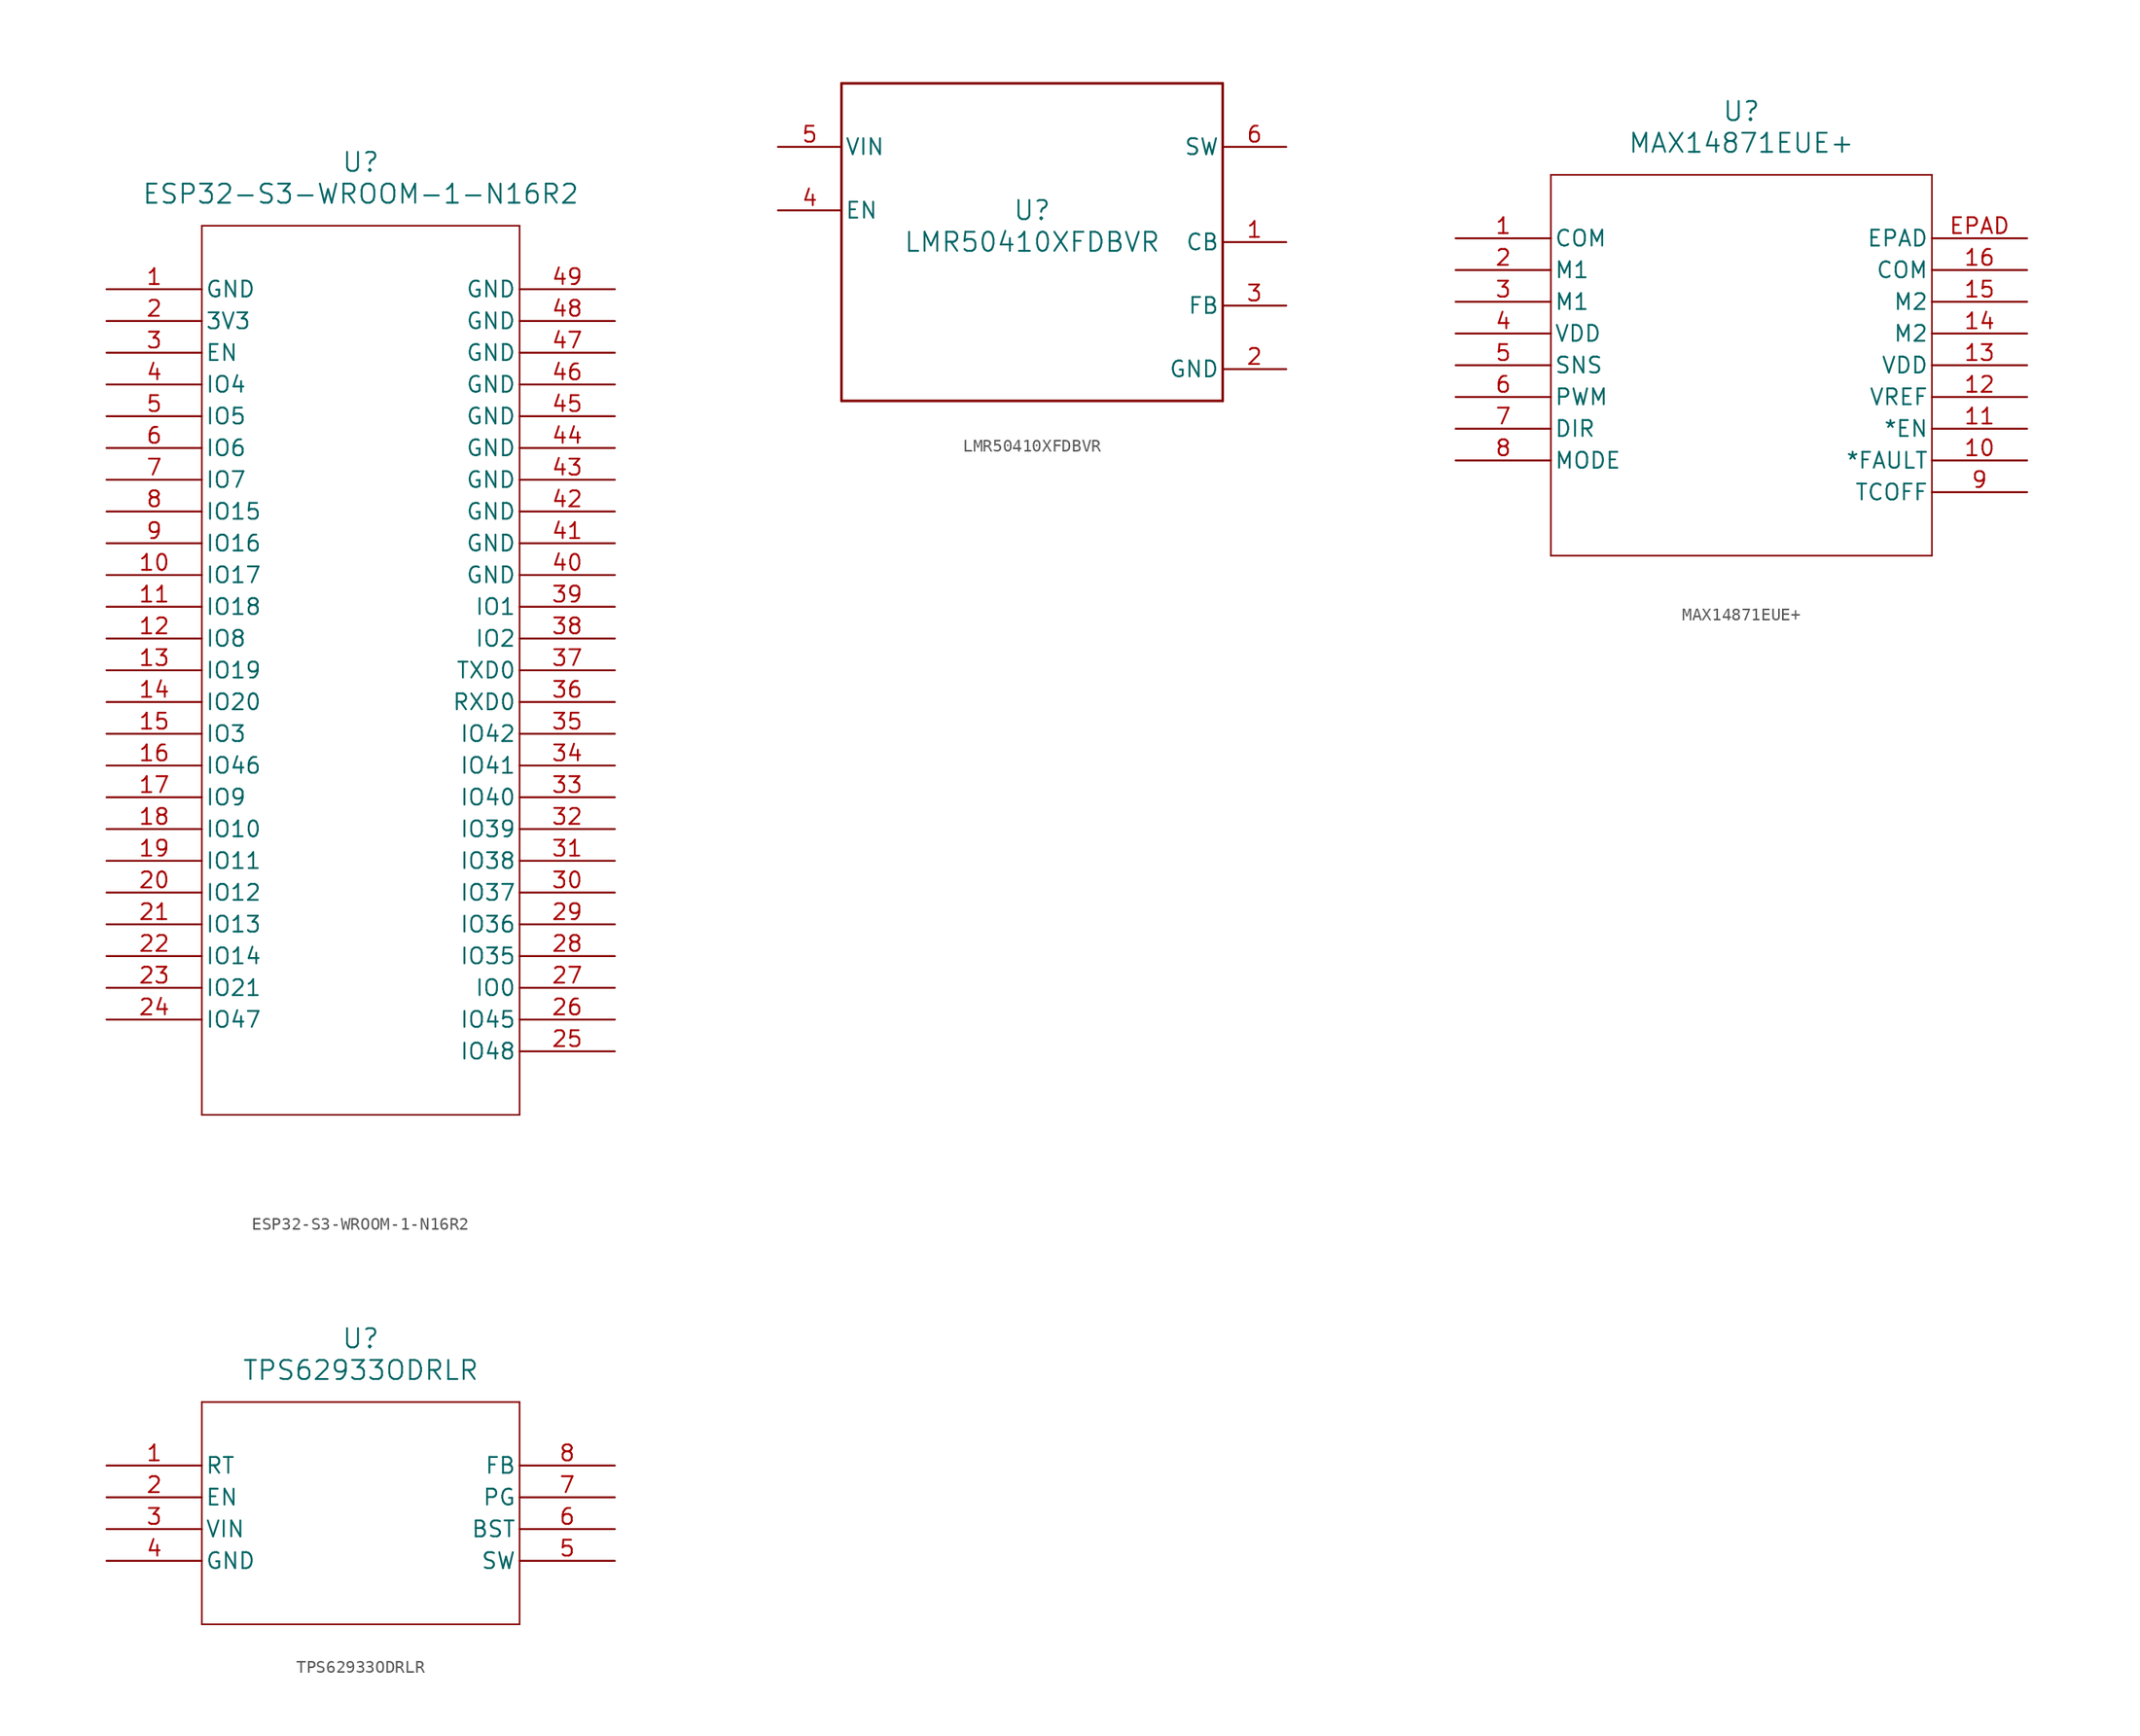
<source format=kicad_sym>
(kicad_symbol_lib
  (version 20211014)
  (generator kicad_symbol_editor)
  (symbol "ESP32-S3-WROOM-1-N16R2"
    (pin_names
      (offset 0.254))
    (property "Reference" "U"
      (at 20.32 10.16 0)
      (effects (font (size 1.524 1.524))))
    (property "Value" "ESP32-S3-WROOM-1-N16R2"
      (at 20.32 7.62 0)
      (effects (font (size 1.524 1.524))))
    (property "ki_locked" ""
      (at 0 0 0)
      (effects (font (size 1.27 1.27))))
    (symbol "ESP32-S3-WROOM-1-N16R2_0_1"
      (polyline (pts (xy 7.62 -66.04) (xy 33.02 -66.04)) (stroke (width 0.127) (type default) (color 0 0 0 0)) (fill (type none)))
      (polyline (pts (xy 7.62 5.08) (xy 7.62 -66.04)) (stroke (width 0.127) (type default) (color 0 0 0 0)) (fill (type none)))
      (polyline (pts (xy 33.02 -66.04) (xy 33.02 5.08)) (stroke (width 0.127) (type default) (color 0 0 0 0)) (fill (type none)))
      (polyline (pts (xy 33.02 5.08) (xy 7.62 5.08)) (stroke (width 0.127) (type default) (color 0 0 0 0)) (fill (type none)))
      (pin power_out line (at 0 0 0) (length 7.62) (name "GND" (effects (font (size 1.27 1.27)))) (number "1" (effects (font (size 1.27 1.27)))))
      (pin bidirectional line (at 0 -22.86 0) (length 7.62) (name "IO17" (effects (font (size 1.27 1.27)))) (number "10" (effects (font (size 1.27 1.27)))))
      (pin bidirectional line (at 0 -25.4 0) (length 7.62) (name "IO18" (effects (font (size 1.27 1.27)))) (number "11" (effects (font (size 1.27 1.27)))))
      (pin bidirectional line (at 0 -27.94 0) (length 7.62) (name "IO8" (effects (font (size 1.27 1.27)))) (number "12" (effects (font (size 1.27 1.27)))))
      (pin bidirectional line (at 0 -30.48 0) (length 7.62) (name "IO19" (effects (font (size 1.27 1.27)))) (number "13" (effects (font (size 1.27 1.27)))))
      (pin bidirectional line (at 0 -33.02 0) (length 7.62) (name "IO20" (effects (font (size 1.27 1.27)))) (number "14" (effects (font (size 1.27 1.27)))))
      (pin bidirectional line (at 0 -35.56 0) (length 7.62) (name "IO3" (effects (font (size 1.27 1.27)))) (number "15" (effects (font (size 1.27 1.27)))))
      (pin bidirectional line (at 0 -38.1 0) (length 7.62) (name "IO46" (effects (font (size 1.27 1.27)))) (number "16" (effects (font (size 1.27 1.27)))))
      (pin bidirectional line (at 0 -40.64 0) (length 7.62) (name "IO9" (effects (font (size 1.27 1.27)))) (number "17" (effects (font (size 1.27 1.27)))))
      (pin bidirectional line (at 0 -43.18 0) (length 7.62) (name "IO10" (effects (font (size 1.27 1.27)))) (number "18" (effects (font (size 1.27 1.27)))))
      (pin bidirectional line (at 0 -45.72 0) (length 7.62) (name "IO11" (effects (font (size 1.27 1.27)))) (number "19" (effects (font (size 1.27 1.27)))))
      (pin power_in line (at 0 -2.54 0) (length 7.62) (name "3V3" (effects (font (size 1.27 1.27)))) (number "2" (effects (font (size 1.27 1.27)))))
      (pin bidirectional line (at 0 -48.26 0) (length 7.62) (name "IO12" (effects (font (size 1.27 1.27)))) (number "20" (effects (font (size 1.27 1.27)))))
      (pin bidirectional line (at 0 -50.8 0) (length 7.62) (name "IO13" (effects (font (size 1.27 1.27)))) (number "21" (effects (font (size 1.27 1.27)))))
      (pin bidirectional line (at 0 -53.34 0) (length 7.62) (name "IO14" (effects (font (size 1.27 1.27)))) (number "22" (effects (font (size 1.27 1.27)))))
      (pin bidirectional line (at 0 -55.88 0) (length 7.62) (name "IO21" (effects (font (size 1.27 1.27)))) (number "23" (effects (font (size 1.27 1.27)))))
      (pin bidirectional line (at 0 -58.42 0) (length 7.62) (name "IO47" (effects (font (size 1.27 1.27)))) (number "24" (effects (font (size 1.27 1.27)))))
      (pin bidirectional line (at 40.64 -60.96 180) (length 7.62) (name "IO48" (effects (font (size 1.27 1.27)))) (number "25" (effects (font (size 1.27 1.27)))))
      (pin bidirectional line (at 40.64 -58.42 180) (length 7.62) (name "IO45" (effects (font (size 1.27 1.27)))) (number "26" (effects (font (size 1.27 1.27)))))
      (pin bidirectional line (at 40.64 -55.88 180) (length 7.62) (name "IO0" (effects (font (size 1.27 1.27)))) (number "27" (effects (font (size 1.27 1.27)))))
      (pin bidirectional line (at 40.64 -53.34 180) (length 7.62) (name "IO35" (effects (font (size 1.27 1.27)))) (number "28" (effects (font (size 1.27 1.27)))))
      (pin bidirectional line (at 40.64 -50.8 180) (length 7.62) (name "IO36" (effects (font (size 1.27 1.27)))) (number "29" (effects (font (size 1.27 1.27)))))
      (pin input line (at 0 -5.08 0) (length 7.62) (name "EN" (effects (font (size 1.27 1.27)))) (number "3" (effects (font (size 1.27 1.27)))))
      (pin bidirectional line (at 40.64 -48.26 180) (length 7.62) (name "IO37" (effects (font (size 1.27 1.27)))) (number "30" (effects (font (size 1.27 1.27)))))
      (pin bidirectional line (at 40.64 -45.72 180) (length 7.62) (name "IO38" (effects (font (size 1.27 1.27)))) (number "31" (effects (font (size 1.27 1.27)))))
      (pin bidirectional line (at 40.64 -43.18 180) (length 7.62) (name "IO39" (effects (font (size 1.27 1.27)))) (number "32" (effects (font (size 1.27 1.27)))))
      (pin bidirectional line (at 40.64 -40.64 180) (length 7.62) (name "IO40" (effects (font (size 1.27 1.27)))) (number "33" (effects (font (size 1.27 1.27)))))
      (pin bidirectional line (at 40.64 -38.1 180) (length 7.62) (name "IO41" (effects (font (size 1.27 1.27)))) (number "34" (effects (font (size 1.27 1.27)))))
      (pin bidirectional line (at 40.64 -35.56 180) (length 7.62) (name "IO42" (effects (font (size 1.27 1.27)))) (number "35" (effects (font (size 1.27 1.27)))))
      (pin bidirectional line (at 40.64 -33.02 180) (length 7.62) (name "RXD0" (effects (font (size 1.27 1.27)))) (number "36" (effects (font (size 1.27 1.27)))))
      (pin bidirectional line (at 40.64 -30.48 180) (length 7.62) (name "TXD0" (effects (font (size 1.27 1.27)))) (number "37" (effects (font (size 1.27 1.27)))))
      (pin bidirectional line (at 40.64 -27.94 180) (length 7.62) (name "IO2" (effects (font (size 1.27 1.27)))) (number "38" (effects (font (size 1.27 1.27)))))
      (pin bidirectional line (at 40.64 -25.4 180) (length 7.62) (name "IO1" (effects (font (size 1.27 1.27)))) (number "39" (effects (font (size 1.27 1.27)))))
      (pin bidirectional line (at 0 -7.62 0) (length 7.62) (name "IO4" (effects (font (size 1.27 1.27)))) (number "4" (effects (font (size 1.27 1.27)))))
      (pin power_out line (at 40.64 -22.86 180) (length 7.62) (name "GND" (effects (font (size 1.27 1.27)))) (number "40" (effects (font (size 1.27 1.27)))))
      (pin power_out line (at 40.64 -20.32 180) (length 7.62) (name "GND" (effects (font (size 1.27 1.27)))) (number "41" (effects (font (size 1.27 1.27)))))
      (pin power_out line (at 40.64 -17.78 180) (length 7.62) (name "GND" (effects (font (size 1.27 1.27)))) (number "42" (effects (font (size 1.27 1.27)))))
      (pin power_out line (at 40.64 -15.24 180) (length 7.62) (name "GND" (effects (font (size 1.27 1.27)))) (number "43" (effects (font (size 1.27 1.27)))))
      (pin power_out line (at 40.64 -12.7 180) (length 7.62) (name "GND" (effects (font (size 1.27 1.27)))) (number "44" (effects (font (size 1.27 1.27)))))
      (pin power_out line (at 40.64 -10.16 180) (length 7.62) (name "GND" (effects (font (size 1.27 1.27)))) (number "45" (effects (font (size 1.27 1.27)))))
      (pin power_out line (at 40.64 -7.62 180) (length 7.62) (name "GND" (effects (font (size 1.27 1.27)))) (number "46" (effects (font (size 1.27 1.27)))))
      (pin power_out line (at 40.64 -5.08 180) (length 7.62) (name "GND" (effects (font (size 1.27 1.27)))) (number "47" (effects (font (size 1.27 1.27)))))
      (pin power_out line (at 40.64 -2.54 180) (length 7.62) (name "GND" (effects (font (size 1.27 1.27)))) (number "48" (effects (font (size 1.27 1.27)))))
      (pin power_out line (at 40.64 0 180) (length 7.62) (name "GND" (effects (font (size 1.27 1.27)))) (number "49" (effects (font (size 1.27 1.27)))))
      (pin bidirectional line (at 0 -10.16 0) (length 7.62) (name "IO5" (effects (font (size 1.27 1.27)))) (number "5" (effects (font (size 1.27 1.27)))))
      (pin bidirectional line (at 0 -12.7 0) (length 7.62) (name "IO6" (effects (font (size 1.27 1.27)))) (number "6" (effects (font (size 1.27 1.27)))))
      (pin bidirectional line (at 0 -15.24 0) (length 7.62) (name "IO7" (effects (font (size 1.27 1.27)))) (number "7" (effects (font (size 1.27 1.27)))))
      (pin bidirectional line (at 0 -17.78 0) (length 7.62) (name "IO15" (effects (font (size 1.27 1.27)))) (number "8" (effects (font (size 1.27 1.27)))))
      (pin bidirectional line (at 0 -20.32 0) (length 7.62) (name "IO16" (effects (font (size 1.27 1.27)))) (number "9" (effects (font (size 1.27 1.27)))))))
  (symbol "LMR50410XFDBVR"
    (pin_names
      (offset 0.254))
    (property "Reference" "U"
      (at 0 2.54 0)
      (effects (font (size 1.524 1.524))))
    (property "Value" "LMR50410XFDBVR"
      (at 0 0 0)
      (effects (font (size 1.524 1.524))))
    (property "ki_locked" ""
      (at 0 0 0)
      (effects (font (size 1.27 1.27))))
    (symbol "LMR50410XFDBVR_0_1"
      (polyline (pts (xy -15.24 -12.7) (xy 15.24 -12.7)) (stroke (width 0.203) (type default) (color 0 0 0 0)) (fill (type none)))
      (polyline (pts (xy -15.24 12.7) (xy -15.24 -12.7)) (stroke (width 0.203) (type default) (color 0 0 0 0)) (fill (type none)))
      (polyline (pts (xy 15.24 -12.7) (xy 15.24 12.7)) (stroke (width 0.203) (type default) (color 0 0 0 0)) (fill (type none)))
      (polyline (pts (xy 15.24 12.7) (xy -15.24 12.7)) (stroke (width 0.203) (type default) (color 0 0 0 0)) (fill (type none)))
      (pin unspecified line (at 20.32 0 180) (length 5.08) (name "CB" (effects (font (size 1.27 1.27)))) (number "1" (effects (font (size 1.27 1.27)))))
      (pin power_in line (at 20.32 -10.16 180) (length 5.08) (name "GND" (effects (font (size 1.27 1.27)))) (number "2" (effects (font (size 1.27 1.27)))))
      (pin unspecified line (at 20.32 -5.08 180) (length 5.08) (name "FB" (effects (font (size 1.27 1.27)))) (number "3" (effects (font (size 1.27 1.27)))))
      (pin input line (at -20.32 2.54 0) (length 5.08) (name "EN" (effects (font (size 1.27 1.27)))) (number "4" (effects (font (size 1.27 1.27)))))
      (pin power_in line (at -20.32 7.62 0) (length 5.08) (name "VIN" (effects (font (size 1.27 1.27)))) (number "5" (effects (font (size 1.27 1.27)))))
      (pin unspecified line (at 20.32 7.62 180) (length 5.08) (name "SW" (effects (font (size 1.27 1.27)))) (number "6" (effects (font (size 1.27 1.27)))))))
  (symbol "MAX14871EUE+"
    (pin_names
      (offset 0.254))
    (property "Reference" "U"
      (at 22.86 10.16 0)
      (effects (font (size 1.524 1.524))))
    (property "Value" "MAX14871EUE+"
      (at 22.86 7.62 0)
      (effects (font (size 1.524 1.524))))
    (property "ki_locked" ""
      (at 0 0 0)
      (effects (font (size 1.27 1.27))))
    (symbol "MAX14871EUE+_0_1"
      (polyline (pts (xy 7.62 -25.4) (xy 38.1 -25.4)) (stroke (width 0.127) (type default) (color 0 0 0 0)) (fill (type none)))
      (polyline (pts (xy 7.62 5.08) (xy 7.62 -25.4)) (stroke (width 0.127) (type default) (color 0 0 0 0)) (fill (type none)))
      (polyline (pts (xy 38.1 -25.4) (xy 38.1 5.08)) (stroke (width 0.127) (type default) (color 0 0 0 0)) (fill (type none)))
      (polyline (pts (xy 38.1 5.08) (xy 7.62 5.08)) (stroke (width 0.127) (type default) (color 0 0 0 0)) (fill (type none)))
      (pin unspecified line (at 0 0 0) (length 7.62) (name "COM" (effects (font (size 1.27 1.27)))) (number "1" (effects (font (size 1.27 1.27)))))
      (pin unspecified line (at 45.72 -17.78 180) (length 7.62) (name "*FAULT" (effects (font (size 1.27 1.27)))) (number "10" (effects (font (size 1.27 1.27)))))
      (pin unspecified line (at 45.72 -15.24 180) (length 7.62) (name "*EN" (effects (font (size 1.27 1.27)))) (number "11" (effects (font (size 1.27 1.27)))))
      (pin power_in line (at 45.72 -12.7 180) (length 7.62) (name "VREF" (effects (font (size 1.27 1.27)))) (number "12" (effects (font (size 1.27 1.27)))))
      (pin power_in line (at 45.72 -10.16 180) (length 7.62) (name "VDD" (effects (font (size 1.27 1.27)))) (number "13" (effects (font (size 1.27 1.27)))))
      (pin bidirectional line (at 45.72 -7.62 180) (length 7.62) (name "M2" (effects (font (size 1.27 1.27)))) (number "14" (effects (font (size 1.27 1.27)))))
      (pin bidirectional line (at 45.72 -5.08 180) (length 7.62) (name "M2" (effects (font (size 1.27 1.27)))) (number "15" (effects (font (size 1.27 1.27)))))
      (pin unspecified line (at 45.72 -2.54 180) (length 7.62) (name "COM" (effects (font (size 1.27 1.27)))) (number "16" (effects (font (size 1.27 1.27)))))
      (pin bidirectional line (at 0 -2.54 0) (length 7.62) (name "M1" (effects (font (size 1.27 1.27)))) (number "2" (effects (font (size 1.27 1.27)))))
      (pin bidirectional line (at 0 -5.08 0) (length 7.62) (name "M1" (effects (font (size 1.27 1.27)))) (number "3" (effects (font (size 1.27 1.27)))))
      (pin power_in line (at 0 -7.62 0) (length 7.62) (name "VDD" (effects (font (size 1.27 1.27)))) (number "4" (effects (font (size 1.27 1.27)))))
      (pin unspecified line (at 0 -10.16 0) (length 7.62) (name "SNS" (effects (font (size 1.27 1.27)))) (number "5" (effects (font (size 1.27 1.27)))))
      (pin unspecified line (at 0 -12.7 0) (length 7.62) (name "PWM" (effects (font (size 1.27 1.27)))) (number "6" (effects (font (size 1.27 1.27)))))
      (pin unspecified line (at 0 -15.24 0) (length 7.62) (name "DIR" (effects (font (size 1.27 1.27)))) (number "7" (effects (font (size 1.27 1.27)))))
      (pin unspecified line (at 0 -17.78 0) (length 7.62) (name "MODE" (effects (font (size 1.27 1.27)))) (number "8" (effects (font (size 1.27 1.27)))))
      (pin unspecified line (at 45.72 -20.32 180) (length 7.62) (name "TCOFF" (effects (font (size 1.27 1.27)))) (number "9" (effects (font (size 1.27 1.27)))))
      (pin unspecified line (at 45.72 0 180) (length 7.62) (name "EPAD" (effects (font (size 1.27 1.27)))) (number "EPAD" (effects (font (size 1.27 1.27)))))))
  (symbol "TPS62933ODRLR"
    (pin_names
      (offset 0.254))
    (property "Reference" "U"
      (at 20.32 10.16 0)
      (effects (font (size 1.524 1.524))))
    (property "Value" "TPS62933ODRLR"
      (at 20.32 7.62 0)
      (effects (font (size 1.524 1.524))))
    (property "ki_locked" ""
      (at 0 0 0)
      (effects (font (size 1.27 1.27))))
    (symbol "TPS62933ODRLR_0_1"
      (polyline (pts (xy 7.62 -12.7) (xy 33.02 -12.7)) (stroke (width 0.127) (type default) (color 0 0 0 0)) (fill (type none)))
      (polyline (pts (xy 7.62 5.08) (xy 7.62 -12.7)) (stroke (width 0.127) (type default) (color 0 0 0 0)) (fill (type none)))
      (polyline (pts (xy 33.02 -12.7) (xy 33.02 5.08)) (stroke (width 0.127) (type default) (color 0 0 0 0)) (fill (type none)))
      (polyline (pts (xy 33.02 5.08) (xy 7.62 5.08)) (stroke (width 0.127) (type default) (color 0 0 0 0)) (fill (type none)))
      (pin unspecified line (at 0 0 0) (length 7.62) (name "RT" (effects (font (size 1.27 1.27)))) (number "1" (effects (font (size 1.27 1.27)))))
      (pin unspecified line (at 0 -2.54 0) (length 7.62) (name "EN" (effects (font (size 1.27 1.27)))) (number "2" (effects (font (size 1.27 1.27)))))
      (pin power_in line (at 0 -5.08 0) (length 7.62) (name "VIN" (effects (font (size 1.27 1.27)))) (number "3" (effects (font (size 1.27 1.27)))))
      (pin power_out line (at 0 -7.62 0) (length 7.62) (name "GND" (effects (font (size 1.27 1.27)))) (number "4" (effects (font (size 1.27 1.27)))))
      (pin power_in line (at 40.64 -7.62 180) (length 7.62) (name "SW" (effects (font (size 1.27 1.27)))) (number "5" (effects (font (size 1.27 1.27)))))
      (pin power_in line (at 40.64 -5.08 180) (length 7.62) (name "BST" (effects (font (size 1.27 1.27)))) (number "6" (effects (font (size 1.27 1.27)))))
      (pin unspecified line (at 40.64 -2.54 180) (length 7.62) (name "PG" (effects (font (size 1.27 1.27)))) (number "7" (effects (font (size 1.27 1.27)))))
      (pin unspecified line (at 40.64 0 180) (length 7.62) (name "FB" (effects (font (size 1.27 1.27)))) (number "8" (effects (font (size 1.27 1.27))))))))
</source>
